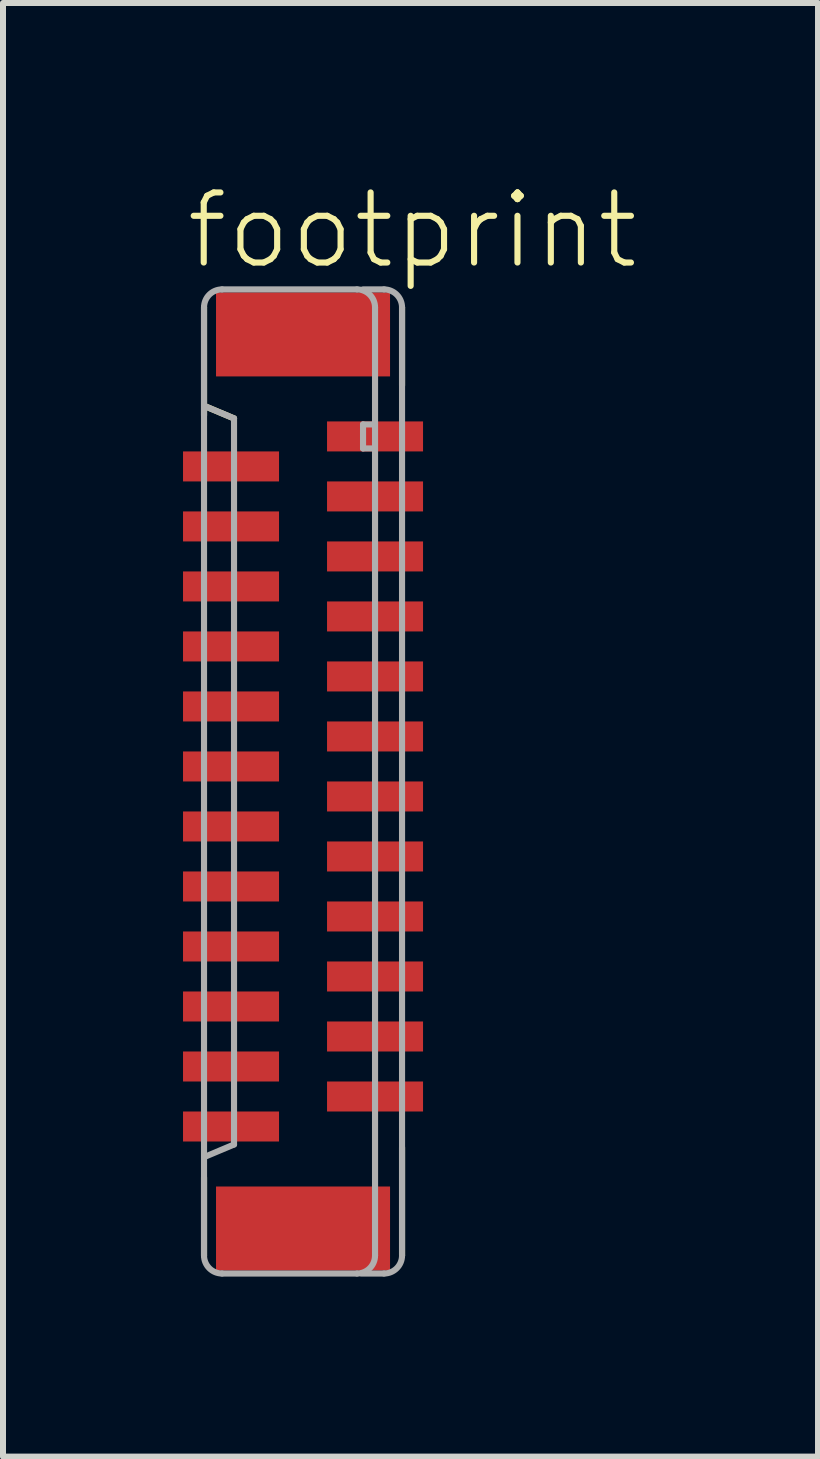
<source format=kicad_pcb>
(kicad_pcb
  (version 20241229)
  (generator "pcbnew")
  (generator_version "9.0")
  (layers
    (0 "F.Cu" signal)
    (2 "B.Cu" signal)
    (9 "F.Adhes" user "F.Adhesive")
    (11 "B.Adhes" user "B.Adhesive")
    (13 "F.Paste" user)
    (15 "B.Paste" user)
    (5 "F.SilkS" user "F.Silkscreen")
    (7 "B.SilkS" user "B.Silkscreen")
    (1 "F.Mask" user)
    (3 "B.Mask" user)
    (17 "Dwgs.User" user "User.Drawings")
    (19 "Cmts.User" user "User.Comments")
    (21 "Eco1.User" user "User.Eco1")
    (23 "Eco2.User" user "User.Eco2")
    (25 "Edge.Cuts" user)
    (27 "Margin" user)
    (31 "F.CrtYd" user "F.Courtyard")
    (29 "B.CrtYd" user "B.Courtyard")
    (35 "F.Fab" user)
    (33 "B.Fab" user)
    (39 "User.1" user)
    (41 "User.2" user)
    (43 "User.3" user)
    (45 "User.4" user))
  (footprint "footprint"
    (layer "F.Cu")
    (at 2 9.973)
    (property "Reference" "footprint" (at -2 -8.5 0) (layer "F.SilkS") (effects (font (size 1.168 1.168) (thickness 0.102)) (justify left bottom)))
    (fp_line (start -1.65 -7.9) (end -1.65 -6.1) (stroke (width 0.102) (type solid)) (layer "F.SilkS"))
    (fp_line (start -1.65 6.6) (end -1.65 7.9) (stroke (width 0.102) (type solid)) (layer "F.SilkS"))
    (fp_line (start -1.625 -6.25) (end -1.15 -6.05) (stroke (width 0.102) (type solid)) (layer "F.SilkS"))
    (fp_line (start 1.65 -6.6) (end 1.65 -7.9) (stroke (width 0.102) (type solid)) (layer "F.SilkS"))
    (fp_line (start 1.65 7.9) (end 1.65 6.1) (stroke (width 0.102) (type solid)) (layer "F.SilkS"))
    (fp_line (start -1.65 -7.9) (end -1.65 7.9) (stroke (width 0.102) (type solid)) (layer "F.Fab"))
    (fp_line (start -1.625 -6.25) (end -1.15 -6.05) (stroke (width 0.102) (type solid)) (layer "F.Fab"))
    (fp_line (start -1.35 8.2) (end 0.9 8.2) (stroke (width 0.102) (type solid)) (layer "F.Fab"))
    (fp_line (start -1.15 -6.05) (end -1.15 6.05) (stroke (width 0.102) (type solid)) (layer "F.Fab"))
    (fp_line (start -1.15 6.05) (end -1.625 6.25) (stroke (width 0.102) (type solid)) (layer "F.Fab"))
    (fp_line (start 0.9 -8.2) (end -1.35 -8.2) (stroke (width 0.102) (type solid)) (layer "F.Fab"))
    (fp_line (start 0.975 8.2) (end 1.35 8.2) (stroke (width 0.102) (type solid)) (layer "F.Fab"))
    (fp_line (start 1 -8.2) (end 1.35 -8.2) (stroke (width 0.102) (type solid)) (layer "F.Fab"))
    (fp_line (start 1 -5.95) (end 1 -5.55) (stroke (width 0.102) (type solid)) (layer "F.Fab"))
    (fp_line (start 1 -5.55) (end 1.15 -5.55) (stroke (width 0.102) (type solid)) (layer "F.Fab"))
    (fp_line (start 1.15 -5.95) (end 1 -5.95) (stroke (width 0.102) (type solid)) (layer "F.Fab"))
    (fp_line (start 1.2 7.9) (end 1.2 -7.9) (stroke (width 0.102) (type solid)) (layer "F.Fab"))
    (fp_line (start 1.65 7.9) (end 1.65 -7.9) (stroke (width 0.102) (type solid)) (layer "F.Fab"))
    (fp_arc (start -1.65 -7.9) (mid -1.562132 -8.112132) (end -1.35 -8.2) (stroke (width 0.1016) (type solid)) (layer "F.Fab"))
    (fp_arc (start -1.35 8.2) (mid -1.562132 8.112132) (end -1.65 7.9) (stroke (width 0.1016) (type solid)) (layer "F.Fab"))
    (fp_arc (start 0.9 -8.2) (mid 1.112132 -8.112132) (end 1.2 -7.9) (stroke (width 0.1016) (type solid)) (layer "F.Fab"))
    (fp_arc (start 1.2 7.9) (mid 1.112132 8.112132) (end 0.9 8.2) (stroke (width 0.1016) (type solid)) (layer "F.Fab"))
    (fp_arc (start 1.35 -8.2) (mid 1.562132 -8.112132) (end 1.65 -7.9) (stroke (width 0.1016) (type solid)) (layer "F.Fab"))
    (fp_arc (start 1.65 7.9) (mid 1.562132 8.112132) (end 1.35 8.2) (stroke (width 0.1016) (type solid)) (layer "F.Fab"))
    (pad "1" smd rect (at 1.2 -5.75 270) (size 0.5 1.6) (layers "F.Cu" "F.Mask" "F.Paste"))
    (pad "2" smd rect (at -1.2 -5.25 90) (size 0.5 1.6) (layers "F.Cu" "F.Mask" "F.Paste"))
    (pad "3" smd rect (at 1.2 -4.75 270) (size 0.5 1.6) (layers "F.Cu" "F.Mask" "F.Paste"))
    (pad "4" smd rect (at -1.2 -4.25 90) (size 0.5 1.6) (layers "F.Cu" "F.Mask" "F.Paste"))
    (pad "5" smd rect (at 1.2 -3.75 270) (size 0.5 1.6) (layers "F.Cu" "F.Mask" "F.Paste"))
    (pad "6" smd rect (at -1.2 -3.25 90) (size 0.5 1.6) (layers "F.Cu" "F.Mask" "F.Paste"))
    (pad "7" smd rect (at 1.2 -2.75 270) (size 0.5 1.6) (layers "F.Cu" "F.Mask" "F.Paste"))
    (pad "8" smd rect (at -1.2 -2.25 90) (size 0.5 1.6) (layers "F.Cu" "F.Mask" "F.Paste"))
    (pad "9" smd rect (at 1.2 -1.75 270) (size 0.5 1.6) (layers "F.Cu" "F.Mask" "F.Paste"))
    (pad "10" smd rect (at -1.2 -1.25 90) (size 0.5 1.6) (layers "F.Cu" "F.Mask" "F.Paste"))
    (pad "11" smd rect (at 1.2 -0.75 270) (size 0.5 1.6) (layers "F.Cu" "F.Mask" "F.Paste"))
    (pad "12" smd rect (at -1.2 -0.25 90) (size 0.5 1.6) (layers "F.Cu" "F.Mask" "F.Paste"))
    (pad "13" smd rect (at 1.2 0.25 270) (size 0.5 1.6) (layers "F.Cu" "F.Mask" "F.Paste"))
    (pad "14" smd rect (at -1.2 0.75 90) (size 0.5 1.6) (layers "F.Cu" "F.Mask" "F.Paste"))
    (pad "15" smd rect (at 1.2 1.25 270) (size 0.5 1.6) (layers "F.Cu" "F.Mask" "F.Paste"))
    (pad "16" smd rect (at -1.2 1.75 90) (size 0.5 1.6) (layers "F.Cu" "F.Mask" "F.Paste"))
    (pad "17" smd rect (at 1.2 2.25 270) (size 0.5 1.6) (layers "F.Cu" "F.Mask" "F.Paste"))
    (pad "18" smd rect (at -1.2 2.75 90) (size 0.5 1.6) (layers "F.Cu" "F.Mask" "F.Paste"))
    (pad "19" smd rect (at 1.2 3.25 270) (size 0.5 1.6) (layers "F.Cu" "F.Mask" "F.Paste"))
    (pad "20" smd rect (at -1.2 3.75 90) (size 0.5 1.6) (layers "F.Cu" "F.Mask" "F.Paste"))
    (pad "21" smd rect (at 1.2 4.25 270) (size 0.5 1.6) (layers "F.Cu" "F.Mask" "F.Paste"))
    (pad "22" smd rect (at -1.2 4.75 90) (size 0.5 1.6) (layers "F.Cu" "F.Mask" "F.Paste"))
    (pad "23" smd rect (at 1.2 5.25 270) (size 0.5 1.6) (layers "F.Cu" "F.Mask" "F.Paste"))
    (pad "24" smd rect (at -1.2 5.75 90) (size 0.5 1.6) (layers "F.Cu" "F.Mask" "F.Paste"))
    (pad "M1" smd rect (at 0 -7.45 270) (size 1.4 2.9) (layers "F.Cu" "F.Mask" "F.Paste"))
    (pad "M2" smd rect (at 0 7.45 270) (size 1.4 2.9) (layers "F.Cu" "F.Mask" "F.Paste")))
  (gr_rect
    (start -3 -3)
    (end 10.582 21.224)
    (stroke (width 0.1) (type default))
    (fill no)
    (layer "Edge.Cuts")))
</source>
